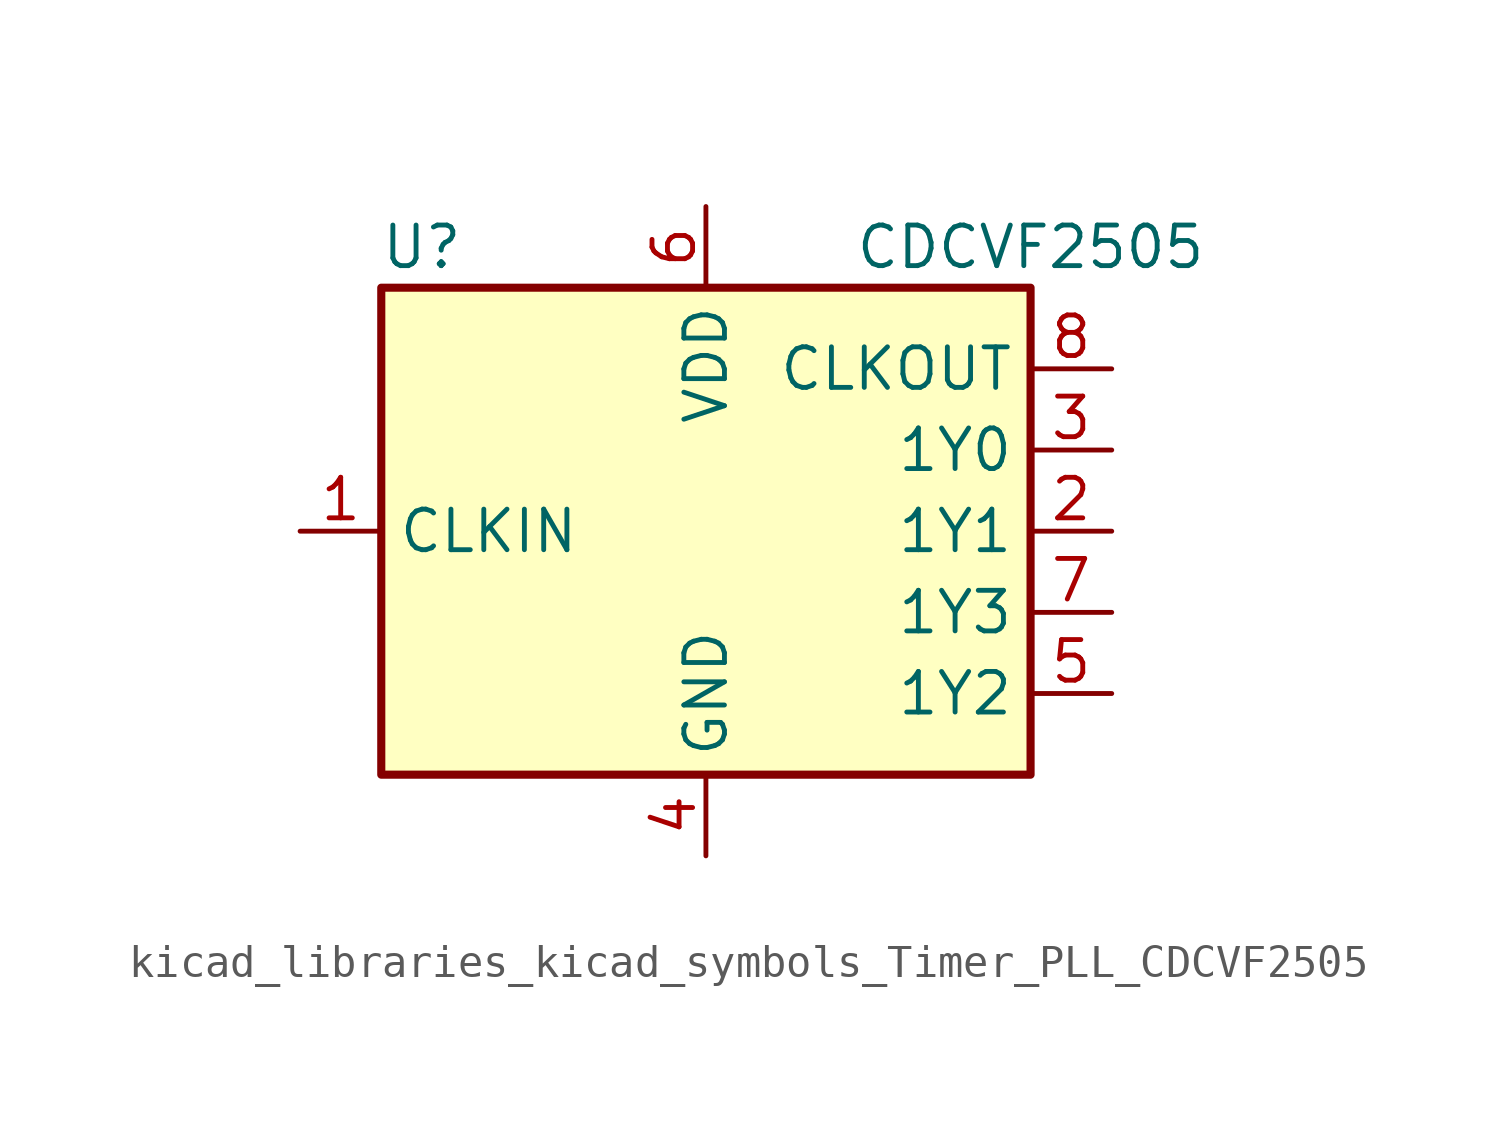
<source format=kicad_sym>
(kicad_symbol_lib
  (version 20220914)
  (generator kicad_symbol_editor)
  (symbol "kicad_libraries_kicad_symbols_Timer_PLL_CDCVF2505"
    (property "Reference" "U"
      (at -8.89 8.89 0)
      (effects (font (size 1.27 1.27))))
    (property "Value" "CDCVF2505"
      (at 10.16 8.89 0)
      (effects (font (size 1.27 1.27))))
    (symbol "kicad_libraries_kicad_symbols_Timer_PLL_CDCVF2505_0_1"
      (rectangle (start -10.16 7.62) (end 10.16 -7.62) (stroke (width 0.254) (type default)) (fill (type background))))
    (symbol "kicad_libraries_kicad_symbols_Timer_PLL_CDCVF2505_1_1"
      (pin input line (at -12.7 0 0) (length 2.54) (name "CLKIN" (effects (font (size 1.27 1.27)))) (number "1" (effects (font (size 1.27 1.27)))))
      (pin tri_state line (at 12.7 0 180) (length 2.54) (name "1Y1" (effects (font (size 1.27 1.27)))) (number "2" (effects (font (size 1.27 1.27)))))
      (pin tri_state line (at 12.7 2.54 180) (length 2.54) (name "1Y0" (effects (font (size 1.27 1.27)))) (number "3" (effects (font (size 1.27 1.27)))))
      (pin power_in line (at 0 -10.16 90) (length 2.54) (name "GND" (effects (font (size 1.27 1.27)))) (number "4" (effects (font (size 1.27 1.27)))))
      (pin tri_state line (at 12.7 -5.08 180) (length 2.54) (name "1Y2" (effects (font (size 1.27 1.27)))) (number "5" (effects (font (size 1.27 1.27)))))
      (pin power_in line (at 0 10.16 270) (length 2.54) (name "VDD" (effects (font (size 1.27 1.27)))) (number "6" (effects (font (size 1.27 1.27)))))
      (pin tri_state line (at 12.7 -2.54 180) (length 2.54) (name "1Y3" (effects (font (size 1.27 1.27)))) (number "7" (effects (font (size 1.27 1.27)))))
      (pin tri_state line (at 12.7 5.08 180) (length 2.54) (name "CLKOUT" (effects (font (size 1.27 1.27)))) (number "8" (effects (font (size 1.27 1.27))))))))
</source>
